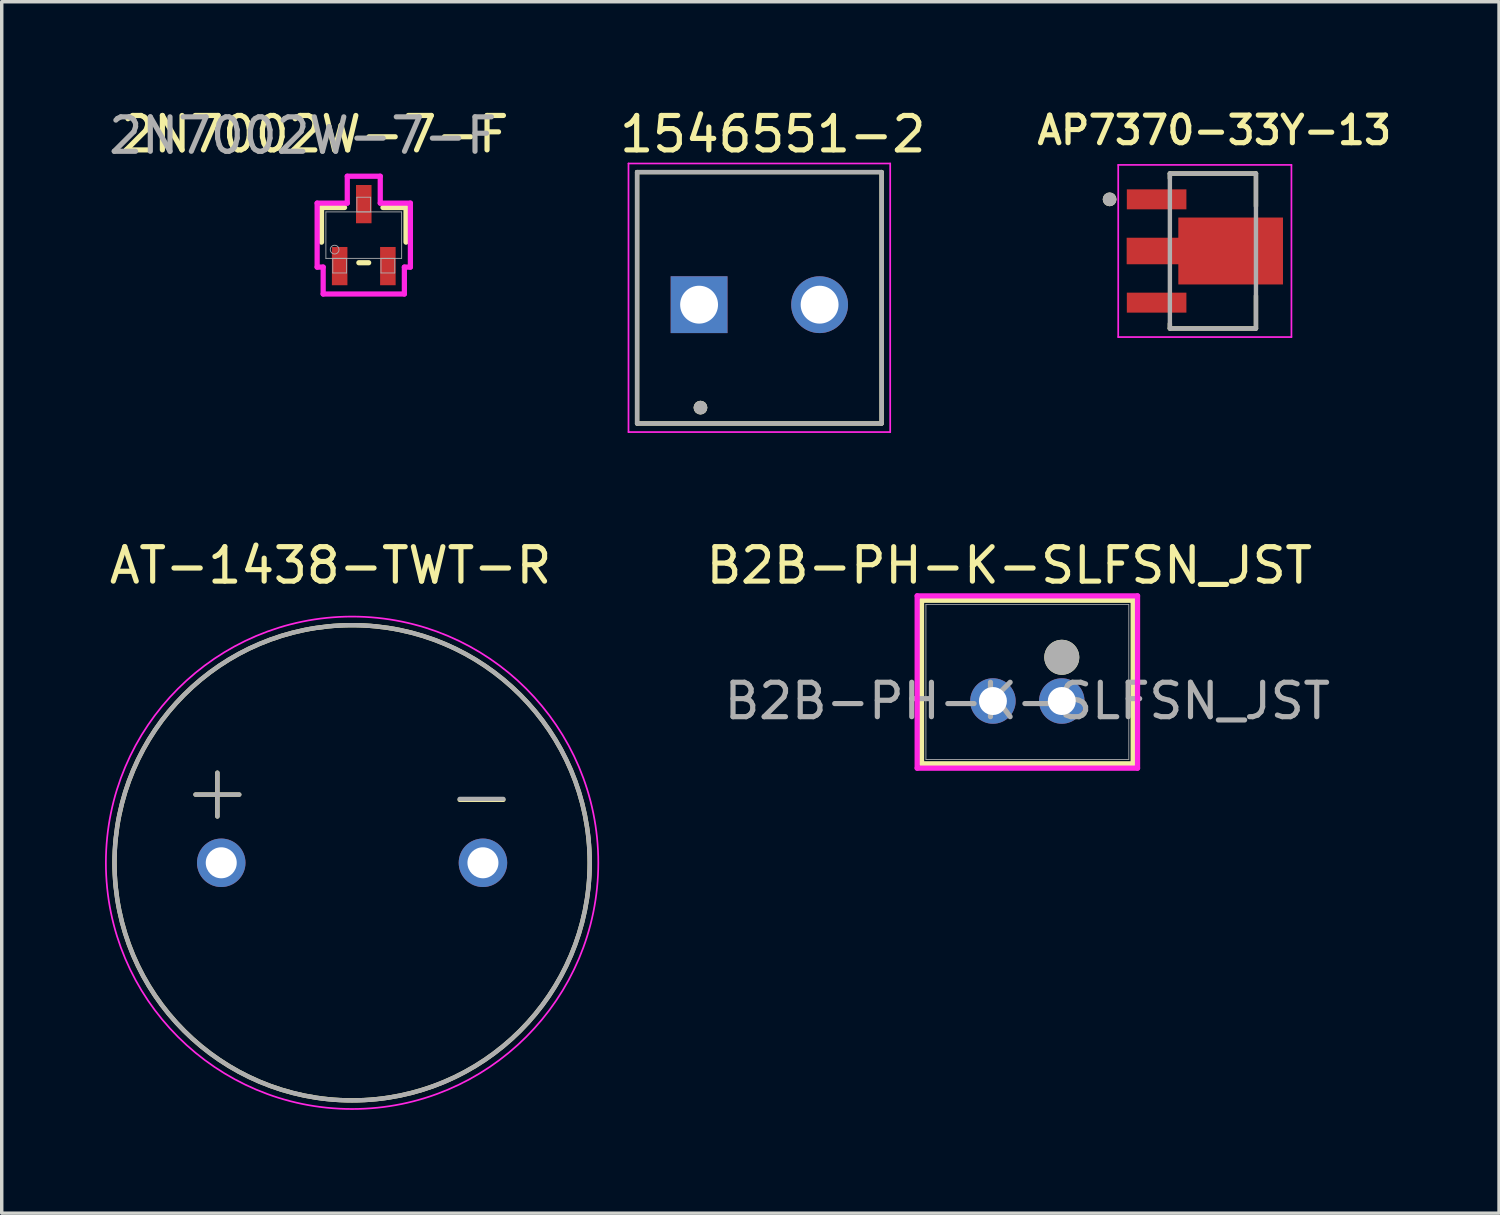
<source format=kicad_pcb>
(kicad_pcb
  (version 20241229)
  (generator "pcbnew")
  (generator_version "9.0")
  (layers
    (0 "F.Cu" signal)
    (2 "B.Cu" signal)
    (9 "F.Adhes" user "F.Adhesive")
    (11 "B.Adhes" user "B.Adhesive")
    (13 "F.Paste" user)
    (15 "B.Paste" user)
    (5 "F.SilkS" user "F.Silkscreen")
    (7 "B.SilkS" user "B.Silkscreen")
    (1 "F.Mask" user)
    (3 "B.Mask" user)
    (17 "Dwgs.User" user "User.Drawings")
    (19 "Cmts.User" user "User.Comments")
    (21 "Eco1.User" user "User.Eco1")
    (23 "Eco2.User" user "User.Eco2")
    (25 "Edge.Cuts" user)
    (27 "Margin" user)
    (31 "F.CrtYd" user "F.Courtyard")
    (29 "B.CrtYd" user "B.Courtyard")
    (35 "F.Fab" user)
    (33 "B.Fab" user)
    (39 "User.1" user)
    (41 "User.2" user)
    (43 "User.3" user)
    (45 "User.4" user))
  (footprint "B2B-PH-K-SLFSN_JST"
    (layer "F.Cu")
    (at 27.785 17.308)
    (property "Reference" "B2B-PH-K-SLFSN_JST" (at -1.524 -3.937 0) (unlocked yes) (layer "F.SilkS") (effects (font (size 1 1) (thickness 0.15))))
    (attr through_hole)
    (fp_line (start -4.073 -2.927) (end -4.073 1.823) (stroke (width 0.152) (type solid)) (layer "F.SilkS"))
    (fp_line (start -4.073 1.823) (end 2.073 1.823) (stroke (width 0.152) (type solid)) (layer "F.SilkS"))
    (fp_line (start 2.073 -2.927) (end -4.073 -2.927) (stroke (width 0.152) (type solid)) (layer "F.SilkS"))
    (fp_line (start 2.073 1.823) (end 2.073 -2.927) (stroke (width 0.152) (type solid)) (layer "F.SilkS"))
    (fp_circle (center 0 -1.27) (end 0.254 -1.27) (stroke (width 0.508) (type solid)) (fill yes) (layer "F.SilkS"))
    (fp_line (start -4.2 -3.054) (end -4.2 1.95) (stroke (width 0.152) (type solid)) (layer "F.CrtYd"))
    (fp_line (start -4.2 1.95) (end 2.2 1.95) (stroke (width 0.152) (type solid)) (layer "F.CrtYd"))
    (fp_line (start 2.2 -3.054) (end -4.2 -3.054) (stroke (width 0.152) (type solid)) (layer "F.CrtYd"))
    (fp_line (start 2.2 1.95) (end 2.2 -3.054) (stroke (width 0.152) (type solid)) (layer "F.CrtYd"))
    (fp_line (start -3.946 -2.8) (end -3.946 1.696) (stroke (width 0.025) (type solid)) (layer "F.Fab"))
    (fp_line (start -3.946 1.696) (end 1.946 1.696) (stroke (width 0.025) (type solid)) (layer "F.Fab"))
    (fp_line (start 1.946 -2.8) (end -3.946 -2.8) (stroke (width 0.025) (type solid)) (layer "F.Fab"))
    (fp_line (start 1.946 1.696) (end 1.946 -2.8) (stroke (width 0.025) (type solid)) (layer "F.Fab"))
    (fp_circle (center 0 -1.27) (end 0.254 -1.27) (stroke (width 0.508) (type solid)) (fill no) (layer "F.Fab"))
    (fp_text user "${REFERENCE}" (at -1 0 0) (unlocked yes) (layer "F.Fab") (effects (font (size 1 1) (thickness 0.15))))
    (pad "1" thru_hole circle (at 0.000001 0) (size 1.321 1.321) (drill 0.813) (layers "*.Cu" "*.Mask"))
    (pad "2" thru_hole circle (at -2 0) (size 1.321 1.321) (drill 0.813) (layers "*.Cu" "*.Mask")))
  (footprint "AP7370-33Y-13"
    (layer "F.Cu")
    (at 32.174 4.239)
    (property "Reference" "AP7370-33Y-13" (at 0.04 -3.508 0) (layer "F.SilkS") (effects (font (size 0.8 0.8) (thickness 0.15))))
    (attr smd)
    (fp_poly (pts (xy -2.55 -1.84) (xy -0.72 -1.84) (xy -0.72 -1.16) (xy -2.55 -1.16)) (stroke (width 0.01) (type solid)) (fill yes) (layer "F.Mask"))
    (fp_poly (pts (xy -2.55 1.16) (xy -0.72 1.16) (xy -0.72 1.84) (xy -2.55 1.84)) (stroke (width 0.01) (type solid)) (fill yes) (layer "F.Mask"))
    (fp_poly (pts (xy 2.08 -1.016) (xy 2.08 1.016) (xy -1.05 1.016) (xy -1.05 0.43) (xy -2.55 0.43) (xy -2.55 -0.43) (xy -1.05 -0.43) (xy -1.05 -1.016)) (stroke (width 0.01) (type solid)) (fill yes) (layer "F.Mask"))
    (fp_line (start -1.25 -2.25) (end 1.25 -2.25) (stroke (width 0.127) (type solid)) (layer "F.SilkS"))
    (fp_line (start -1.25 -2.11) (end -1.25 -2.25) (stroke (width 0.127) (type solid)) (layer "F.SilkS"))
    (fp_line (start -1.25 2.25) (end -1.25 2.11) (stroke (width 0.127) (type solid)) (layer "F.SilkS"))
    (fp_line (start -1.25 2.25) (end 1.25 2.25) (stroke (width 0.127) (type solid)) (layer "F.SilkS"))
    (fp_line (start 1.25 -1.3) (end 1.25 -2.25) (stroke (width 0.127) (type solid)) (layer "F.SilkS"))
    (fp_line (start 1.25 1.3) (end 1.25 2.25) (stroke (width 0.127) (type solid)) (layer "F.SilkS"))
    (fp_circle (center -3 -1.5) (end -2.9 -1.5) (stroke (width 0.2) (type solid)) (fill no) (layer "F.SilkS"))
    (fp_poly (pts (xy -2.5 -0.38) (xy -1 -0.38) (xy -1 0.38) (xy -2.5 0.38)) (stroke (width 0.01) (type solid)) (fill yes) (layer "F.Paste"))
    (fp_poly (pts (xy -0.445 -0.61) (xy 1.475 -0.61) (xy 1.475 0.61) (xy -0.445 0.61)) (stroke (width 0.01) (type solid)) (fill yes) (layer "F.Paste"))
    (fp_line (start -2.75 -2.5) (end -2.75 2.5) (stroke (width 0.05) (type solid)) (layer "F.CrtYd"))
    (fp_line (start 2.28 -2.5) (end -2.75 -2.5) (stroke (width 0.05) (type solid)) (layer "F.CrtYd"))
    (fp_line (start 2.28 -2.5) (end 2.28 2.5) (stroke (width 0.05) (type solid)) (layer "F.CrtYd"))
    (fp_line (start 2.28 2.5) (end -2.75 2.5) (stroke (width 0.05) (type solid)) (layer "F.CrtYd"))
    (fp_line (start -1.25 -2.25) (end -1.25 2.25) (stroke (width 0.127) (type solid)) (layer "F.Fab"))
    (fp_line (start -1.25 -2.25) (end 1.25 -2.25) (stroke (width 0.127) (type solid)) (layer "F.Fab"))
    (fp_line (start -1.25 2.25) (end 1.25 2.25) (stroke (width 0.127) (type solid)) (layer "F.Fab"))
    (fp_line (start 1.25 -2.25) (end 1.25 2.25) (stroke (width 0.127) (type solid)) (layer "F.Fab"))
    (fp_circle (center -3 -1.5) (end -2.9 -1.5) (stroke (width 0.2) (type solid)) (fill no) (layer "F.Fab"))
    (pad "1" smd rect (at -1.635 -1.5) (size 1.73 0.58) (layers "F.Cu" "F.Paste"))
    (pad "2" smd custom (at 0 0) (size 1 0.76) (layers "F.Cu") (options (anchor rect)) (primitives (gr_poly (pts (xy 2.03 -0.967) (xy 2.03 0.967) (xy -1 0.967) (xy -1 0.38) (xy -2.5 0.38) (xy -2.5 -0.38) (xy -1 -0.38) (xy -1 -0.967)) (width 0.01) (fill yes))))
    (pad "3" smd rect (at -1.635 1.5) (size 1.73 0.58) (layers "F.Cu" "F.Paste")))
  (footprint "AT-1438-TWT-R"
    (layer "F.Cu")
    (at 7.175 22.006)
    (property "Reference" "AT-1438-TWT-R" (at -0.625 -8.635 0) (layer "F.SilkS") (effects (font (size 1 1) (thickness 0.15))))
    (attr through_hole)
    (fp_line (start -4.547 -1.981) (end -3.277 -1.981) (stroke (width 0.127) (type solid)) (layer "F.SilkS"))
    (fp_line (start -3.912 -2.616) (end -3.912 -1.346) (stroke (width 0.127) (type solid)) (layer "F.SilkS"))
    (fp_line (start 3.124 -1.829) (end 4.394 -1.829) (stroke (width 0.127) (type solid)) (layer "F.SilkS"))
    (fp_circle (center 0 0) (end 6.9 0) (stroke (width 0.127) (type solid)) (fill no) (layer "F.SilkS"))
    (fp_circle (center 0 0) (end 7.15 0) (stroke (width 0.05) (type solid)) (fill no) (layer "F.CrtYd"))
    (fp_line (start -4.547 -1.981) (end -3.277 -1.981) (stroke (width 0.127) (type solid)) (layer "F.Fab"))
    (fp_line (start -3.912 -2.616) (end -3.912 -1.346) (stroke (width 0.127) (type solid)) (layer "F.Fab"))
    (fp_line (start 3.124 -1.854) (end 4.394 -1.854) (stroke (width 0.127) (type solid)) (layer "F.Fab"))
    (fp_circle (center 0 0) (end 6.9 0) (stroke (width 0.127) (type solid)) (fill no) (layer "F.Fab"))
    (pad "1" thru_hole circle (at -3.8 0) (size 1.408 1.408) (drill 0.9) (layers "*.Cu" "*.Mask"))
    (pad "2" thru_hole circle (at 3.8 0) (size 1.408 1.408) (drill 0.9) (layers "*.Cu" "*.Mask")))
  (footprint "2N7002W-7-F"
    (layer "F.Cu")
    (at 7.514 3.778)
    (property "Reference" "2N7002W-7-F" (at -1.42 -2.93 0) (unlocked yes) (layer "F.SilkS") (effects (font (size 1 1) (thickness 0.15))))
    (attr smd)
    (fp_line (start -1.227 -0.802) (end -1.227 0.204) (stroke (width 0.152) (type solid)) (layer "F.SilkS"))
    (fp_line (start -0.558 -0.802) (end -1.227 -0.802) (stroke (width 0.152) (type solid)) (layer "F.SilkS"))
    (fp_line (start -0.142 0.802) (end 0.142 0.802) (stroke (width 0.152) (type solid)) (layer "F.SilkS"))
    (fp_line (start 1.227 -0.802) (end 0.558 -0.802) (stroke (width 0.152) (type solid)) (layer "F.SilkS"))
    (fp_line (start 1.227 0.204) (end 1.227 -0.802) (stroke (width 0.152) (type solid)) (layer "F.SilkS"))
    (fp_line (start -1.354 -0.929) (end -0.479 -0.929) (stroke (width 0.152) (type solid)) (layer "F.CrtYd"))
    (fp_line (start -1.354 0.929) (end -1.354 -0.929) (stroke (width 0.152) (type solid)) (layer "F.CrtYd"))
    (fp_line (start -1.354 0.929) (end -1.179 0.929) (stroke (width 0.152) (type solid)) (layer "F.CrtYd"))
    (fp_line (start -1.179 0.929) (end -1.179 1.71) (stroke (width 0.152) (type solid)) (layer "F.CrtYd"))
    (fp_line (start -1.179 1.71) (end 1.179 1.71) (stroke (width 0.152) (type solid)) (layer "F.CrtYd"))
    (fp_line (start -0.479 -1.71) (end 0.479 -1.71) (stroke (width 0.152) (type solid)) (layer "F.CrtYd"))
    (fp_line (start -0.479 -0.929) (end -0.479 -1.71) (stroke (width 0.152) (type solid)) (layer "F.CrtYd"))
    (fp_line (start 0.479 -0.929) (end 0.479 -1.71) (stroke (width 0.152) (type solid)) (layer "F.CrtYd"))
    (fp_line (start 1.179 0.929) (end 1.179 1.71) (stroke (width 0.152) (type solid)) (layer "F.CrtYd"))
    (fp_line (start 1.354 -0.929) (end 0.479 -0.929) (stroke (width 0.152) (type solid)) (layer "F.CrtYd"))
    (fp_line (start 1.354 -0.929) (end 1.354 0.929) (stroke (width 0.152) (type solid)) (layer "F.CrtYd"))
    (fp_line (start 1.354 0.929) (end 1.179 0.929) (stroke (width 0.152) (type solid)) (layer "F.CrtYd"))
    (fp_line (start -1.1 -0.675) (end -1.1 0.675) (stroke (width 0.025) (type solid)) (layer "F.Fab"))
    (fp_line (start -1.1 0.675) (end 1.1 0.675) (stroke (width 0.025) (type solid)) (layer "F.Fab"))
    (fp_line (start -0.9 0.675) (end -0.9 1.1) (stroke (width 0.025) (type solid)) (layer "F.Fab"))
    (fp_line (start -0.9 1.1) (end -0.5 1.1) (stroke (width 0.025) (type solid)) (layer "F.Fab"))
    (fp_line (start -0.5 0.675) (end -0.9 0.675) (stroke (width 0.025) (type solid)) (layer "F.Fab"))
    (fp_line (start -0.5 1.1) (end -0.5 0.675) (stroke (width 0.025) (type solid)) (layer "F.Fab"))
    (fp_line (start -0.2 -1.1) (end -0.2 -0.675) (stroke (width 0.025) (type solid)) (layer "F.Fab"))
    (fp_line (start -0.2 -0.675) (end 0.2 -0.675) (stroke (width 0.025) (type solid)) (layer "F.Fab"))
    (fp_line (start 0.2 -1.1) (end -0.2 -1.1) (stroke (width 0.025) (type solid)) (layer "F.Fab"))
    (fp_line (start 0.2 -0.675) (end 0.2 -1.1) (stroke (width 0.025) (type solid)) (layer "F.Fab"))
    (fp_line (start 0.5 0.675) (end 0.5 1.1) (stroke (width 0.025) (type solid)) (layer "F.Fab"))
    (fp_line (start 0.5 1.1) (end 0.9 1.1) (stroke (width 0.025) (type solid)) (layer "F.Fab"))
    (fp_line (start 0.9 0.675) (end 0.5 0.675) (stroke (width 0.025) (type solid)) (layer "F.Fab"))
    (fp_line (start 0.9 1.1) (end 0.9 0.675) (stroke (width 0.025) (type solid)) (layer "F.Fab"))
    (fp_line (start 1.1 -0.675) (end -1.1 -0.675) (stroke (width 0.025) (type solid)) (layer "F.Fab"))
    (fp_line (start 1.1 0.675) (end 1.1 -0.675) (stroke (width 0.025) (type solid)) (layer "F.Fab"))
    (fp_circle (center -0.846 0.421) (end -0.719 0.421) (stroke (width 0.025) (type solid)) (fill no) (layer "F.Fab"))
    (fp_text user "${REFERENCE}" (at -1.77 -2.89 0) (unlocked yes) (layer "F.Fab") (effects (font (size 1 1) (thickness 0.15))))
    (pad "1" smd rect (at -0.7 0.9) (size 0.451 1.111) (layers "F.Cu" "F.Mask" "F.Paste"))
    (pad "2" smd rect (at 0.7 0.9) (size 0.451 1.111) (layers "F.Cu" "F.Mask" "F.Paste"))
    (pad "3" smd rect (at 0 -0.9) (size 0.451 1.111) (layers "F.Cu" "F.Mask" "F.Paste")))
  (footprint "1546551-2"
    (layer "F.Cu")
    (at 19.002 5.798)
    (property "Reference" "1546551-2" (at 0.39 -4.95 0) (layer "F.SilkS") (effects (font (size 1 1) (thickness 0.15))))
    (attr through_hole)
    (fp_line (start -3.55 -3.85) (end 3.55 -3.85) (stroke (width 0.127) (type solid)) (layer "F.SilkS"))
    (fp_line (start -3.55 3.45) (end -3.55 -3.85) (stroke (width 0.127) (type solid)) (layer "F.SilkS"))
    (fp_line (start 3.55 -3.85) (end 3.55 3.45) (stroke (width 0.127) (type solid)) (layer "F.SilkS"))
    (fp_line (start 3.55 3.45) (end -3.55 3.45) (stroke (width 0.127) (type solid)) (layer "F.SilkS"))
    (fp_circle (center -1.71 2.99) (end -1.61 2.99) (stroke (width 0.2) (type solid)) (fill no) (layer "F.SilkS"))
    (fp_line (start -3.8 -4.1) (end 3.8 -4.1) (stroke (width 0.05) (type solid)) (layer "F.CrtYd"))
    (fp_line (start -3.8 3.7) (end -3.8 -4.1) (stroke (width 0.05) (type solid)) (layer "F.CrtYd"))
    (fp_line (start 3.8 -4.1) (end 3.8 3.7) (stroke (width 0.05) (type solid)) (layer "F.CrtYd"))
    (fp_line (start 3.8 3.7) (end -3.8 3.7) (stroke (width 0.05) (type solid)) (layer "F.CrtYd"))
    (fp_line (start -3.55 -3.85) (end 3.55 -3.85) (stroke (width 0.127) (type solid)) (layer "F.Fab"))
    (fp_line (start -3.55 3.45) (end -3.55 -3.85) (stroke (width 0.127) (type solid)) (layer "F.Fab"))
    (fp_line (start 3.55 -3.85) (end 3.55 3.45) (stroke (width 0.127) (type solid)) (layer "F.Fab"))
    (fp_line (start 3.55 3.45) (end -3.55 3.45) (stroke (width 0.127) (type solid)) (layer "F.Fab"))
    (fp_circle (center -1.71 2.99) (end -1.61 2.99) (stroke (width 0.2) (type solid)) (fill no) (layer "F.Fab"))
    (pad "1" thru_hole rect (at -1.75 0) (size 1.65 1.65) (drill 1.1) (layers "*.Cu" "*.Mask"))
    (pad "2" thru_hole circle (at 1.75 0) (size 1.65 1.65) (drill 1.1) (layers "*.Cu" "*.Mask")))
  (gr_rect
    (start -3 -3)
    (end 40.483 32.181)
    (stroke (width 0.1) (type default))
    (fill no)
    (layer "Edge.Cuts")))
</source>
